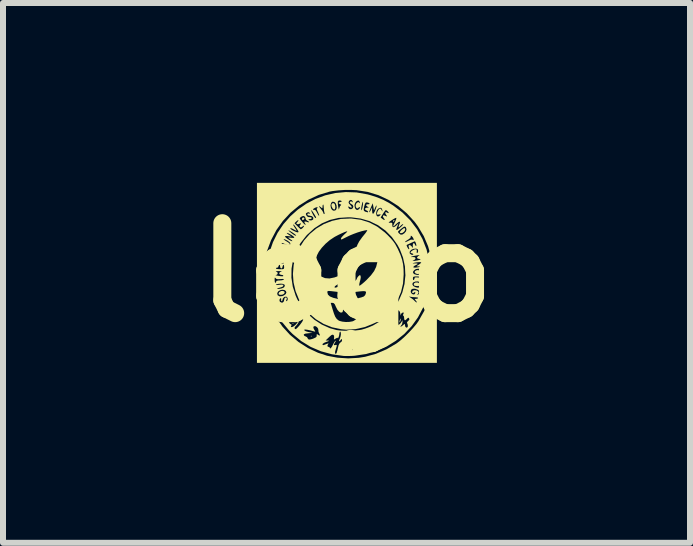
<source format=kicad_pcb>
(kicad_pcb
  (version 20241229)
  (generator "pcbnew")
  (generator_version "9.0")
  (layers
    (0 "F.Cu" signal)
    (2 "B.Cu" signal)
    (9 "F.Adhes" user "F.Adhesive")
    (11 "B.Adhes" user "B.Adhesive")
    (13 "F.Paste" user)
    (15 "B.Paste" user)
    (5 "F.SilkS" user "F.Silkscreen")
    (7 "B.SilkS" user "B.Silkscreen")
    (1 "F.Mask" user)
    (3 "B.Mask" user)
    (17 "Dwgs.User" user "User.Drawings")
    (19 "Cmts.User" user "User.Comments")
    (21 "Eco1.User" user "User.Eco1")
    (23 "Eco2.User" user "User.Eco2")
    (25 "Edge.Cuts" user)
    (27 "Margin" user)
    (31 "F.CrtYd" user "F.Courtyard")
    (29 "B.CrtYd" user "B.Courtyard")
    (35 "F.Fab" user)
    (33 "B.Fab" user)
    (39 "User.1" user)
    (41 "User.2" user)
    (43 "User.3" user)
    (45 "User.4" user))
  (footprint "logo"
    (layer "F.Cu")
    (at 2.729 1.494)
    (property "Reference" "logo" (at 0 0 0) (layer "F.SilkS") (effects (font (size 1.5 1.5) (thickness 0.3))))
    (attr board_only exclude_from_pos_files exclude_from_bom)
    (fp_poly (pts (xy 0.28 1.194) (xy 0.273 1.201) (xy 0.267 1.194) (xy 0.273 1.187)) (stroke (width 0) (type solid)) (fill yes) (layer "F.SilkS"))
    (fp_poly (pts (xy -0.885 0.845) (xy -0.887 0.853) (xy -0.894 0.854) (xy -0.905 0.849) (xy -0.903 0.845) (xy -0.887 0.843)) (stroke (width 0) (type solid)) (fill yes) (layer "F.SilkS"))
    (fp_poly (pts (xy -0.832 0.792) (xy -0.833 0.799) (xy -0.84 0.8) (xy -0.851 0.796) (xy -0.849 0.792) (xy -0.834 0.79)) (stroke (width 0) (type solid)) (fill yes) (layer "F.SilkS"))
    (fp_poly (pts (xy -0.578 1.058) (xy -0.58 1.066) (xy -0.587 1.067) (xy -0.598 1.062) (xy -0.596 1.058) (xy -0.58 1.057)) (stroke (width 0) (type solid)) (fill yes) (layer "F.SilkS"))
    (fp_poly (pts (xy -1.123 -0.216) (xy -1.121 -0.207) (xy -1.131 -0.189) (xy -1.141 -0.187) (xy -1.158 -0.197) (xy -1.161 -0.207) (xy -1.15 -0.224) (xy -1.141 -0.227)) (stroke (width 0) (type solid)) (fill yes) (layer "F.SilkS"))
    (fp_poly (pts (xy -0.71 -0.915) (xy -0.706 -0.912) (xy -0.702 -0.894) (xy -0.712 -0.882) (xy -0.731 -0.873) (xy -0.741 -0.881) (xy -0.742 -0.901) (xy -0.729 -0.916)) (stroke (width 0) (type solid)) (fill yes) (layer "F.SilkS"))
    (fp_poly (pts (xy 0.799 -0.873) (xy 0.8 -0.869) (xy 0.791 -0.85) (xy 0.787 -0.847) (xy 0.775 -0.848) (xy 0.774 -0.852) (xy 0.783 -0.871) (xy 0.787 -0.874)) (stroke (width 0) (type solid)) (fill yes) (layer "F.SilkS"))
    (fp_poly (pts (xy 0.905 0.774) (xy 0.9 0.802) (xy 0.894 0.82) (xy 0.885 0.835) (xy 0.882 0.827) (xy 0.887 0.799) (xy 0.894 0.78) (xy 0.903 0.766)) (stroke (width 0) (type solid)) (fill yes) (layer "F.SilkS"))
    (fp_poly (pts (xy -0.208 -1.154) (xy -0.192 -1.13) (xy -0.187 -1.091) (xy -0.192 -1.058) (xy -0.207 -1.048) (xy -0.227 -1.063) (xy -0.233 -1.07) (xy -0.251 -1.108) (xy -0.25 -1.139) (xy -0.232 -1.156)) (stroke (width 0) (type solid)) (fill yes) (layer "F.SilkS"))
    (fp_poly (pts (xy -1.041 0.314) (xy -1.031 0.333) (xy -1.041 0.354) (xy -1.063 0.368) (xy -1.093 0.373) (xy -1.12 0.37) (xy -1.134 0.359) (xy -1.134 0.356) (xy -1.122 0.328) (xy -1.093 0.31) (xy -1.072 0.307)) (stroke (width 0) (type solid)) (fill yes) (layer "F.SilkS"))
    (fp_poly (pts (xy 0.979 -0.724) (xy 0.974 -0.701) (xy 0.96 -0.68) (xy 0.929 -0.658) (xy 0.902 -0.655) (xy 0.888 -0.665) (xy 0.893 -0.68) (xy 0.912 -0.704) (xy 0.939 -0.727) (xy 0.956 -0.738) (xy 0.972 -0.739)) (stroke (width 0) (type solid)) (fill yes) (layer "F.SilkS"))
    (fp_poly (pts (xy 1.222 -0.033) (xy 1.236 -0.019) (xy 1.234 0.005) (xy 1.212 0.022) (xy 1.187 0.026) (xy 1.158 0.019) (xy 1.149 0.014) (xy 1.135 -0.004) (xy 1.142 -0.024) (xy 1.167 -0.037) (xy 1.187 -0.04)) (stroke (width 0) (type solid)) (fill yes) (layer "F.SilkS"))
    (fp_poly (pts (xy 1.184 0.167) (xy 1.2 0.173) (xy 1.225 0.194) (xy 1.225 0.213) (xy 1.202 0.225) (xy 1.183 0.227) (xy 1.15 0.224) (xy 1.13 0.218) (xy 1.129 0.218) (xy 1.12 0.196) (xy 1.13 0.177) (xy 1.153 0.166)) (stroke (width 0) (type solid)) (fill yes) (layer "F.SilkS"))
    (fp_poly (pts (xy 1.507 0.007) (xy 1.507 1.507) (xy 0.007 1.507) (xy -1.494 1.507) (xy -1.494 0.08) (xy -1.372 0.08) (xy -1.368 0.182) (xy -1.362 0.239) (xy -1.322 0.421) (xy -1.258 0.594) (xy -1.172 0.756) (xy -1.066 0.906) (xy -0.941 1.042) (xy -0.8 1.16) (xy -0.644 1.26) (xy -0.475 1.339) (xy -0.323 1.389) (xy -0.152 1.421) (xy 0.027 1.433) (xy 0.204 1.423) (xy 0.31 1.406) (xy 0.489 1.357) (xy 0.665 1.282) (xy 0.833 1.184) (xy 0.834 1.183) (xy 0.896 1.136) (xy 0.966 1.074) (xy 1.039 1.002) (xy 1.108 0.928) (xy 1.167 0.858) (xy 1.198 0.814) (xy 1.294 0.645) (xy 1.365 0.47) (xy 1.412 0.289) (xy 1.435 0.106) (xy 1.434 -0.078) (xy 1.409 -0.26) (xy 1.36 -0.437) (xy 1.288 -0.607) (xy 1.191 -0.769) (xy 1.136 -0.844) (xy 1.005 -0.987) (xy 0.859 -1.11) (xy 0.7 -1.211) (xy 0.53 -1.29) (xy 0.351 -1.344) (xy 0.165 -1.373) (xy 0.07 -1.377) (xy -0.034 -1.376) (xy -0.137 -1.369) (xy -0.23 -1.358) (xy -0.28 -1.349) (xy -0.462 -1.294) (xy -0.632 -1.216) (xy -0.791 -1.116) (xy -0.934 -0.997) (xy -1.061 -0.86) (xy -1.17 -0.707) (xy -1.258 -0.54) (xy -1.325 -0.361) (xy -1.334 -0.327) (xy -1.351 -0.243) (xy -1.364 -0.141) (xy -1.371 -0.031) (xy -1.372 0.08) (xy -1.494 0.08) (xy -1.494 0.007) (xy -1.494 -1.494) (xy 0.007 -1.494) (xy 1.507 -1.494)) (stroke (width 0) (type solid)) (fill yes) (layer "F.SilkS"))
    (fp_poly (pts (xy 0.086 -0.899) (xy 0.238 -0.879) (xy 0.38 -0.834) (xy 0.513 -0.764) (xy 0.637 -0.669) (xy 0.682 -0.627) (xy 0.737 -0.57) (xy 0.777 -0.523) (xy 0.81 -0.477) (xy 0.839 -0.423) (xy 0.858 -0.386) (xy 0.899 -0.295) (xy 0.926 -0.215) (xy 0.943 -0.138) (xy 0.951 -0.054) (xy 0.953 0.033) (xy 0.942 0.186) (xy 0.909 0.326) (xy 0.853 0.456) (xy 0.772 0.578) (xy 0.681 0.681) (xy 0.621 0.739) (xy 0.569 0.782) (xy 0.518 0.816) (xy 0.459 0.848) (xy 0.454 0.85) (xy 0.302 0.911) (xy 0.149 0.945) (xy -0.005 0.954) (xy -0.091 0.946) (xy -0.242 0.914) (xy -0.382 0.858) (xy -0.509 0.781) (xy -0.621 0.686) (xy -0.717 0.575) (xy -0.794 0.449) (xy -0.842 0.33) (xy -0.32 0.33) (xy -0.31 0.369) (xy -0.277 0.4) (xy -0.22 0.423) (xy -0.182 0.432) (xy -0.134 0.444) (xy -0.096 0.456) (xy -0.076 0.466) (xy -0.076 0.466) (xy -0.065 0.49) (xy -0.058 0.53) (xy -0.055 0.577) (xy -0.057 0.621) (xy -0.064 0.654) (xy -0.07 0.664) (xy -0.095 0.67) (xy -0.124 0.654) (xy -0.153 0.62) (xy -0.178 0.571) (xy -0.179 0.568) (xy -0.197 0.529) (xy -0.215 0.511) (xy -0.233 0.507) (xy -0.264 0.507) (xy -0.232 0.616) (xy -0.209 0.688) (xy -0.188 0.739) (xy -0.164 0.774) (xy -0.137 0.797) (xy -0.116 0.808) (xy -0.069 0.82) (xy -0.011 0.826) (xy 0.049 0.824) (xy 0.1 0.815) (xy 0.117 0.808) (xy 0.154 0.785) (xy 0.182 0.753) (xy 0.205 0.708) (xy 0.226 0.647) (xy 0.241 0.598) (xy 0.254 0.556) (xy 0.261 0.531) (xy 0.261 0.53) (xy 0.261 0.513) (xy 0.24 0.507) (xy 0.234 0.507) (xy 0.209 0.511) (xy 0.2 0.52) (xy 0.195 0.54) (xy 0.181 0.573) (xy 0.171 0.595) (xy 0.144 0.641) (xy 0.114 0.667) (xy 0.087 0.67) (xy 0.07 0.657) (xy 0.058 0.625) (xy 0.054 0.579) (xy 0.059 0.531) (xy 0.071 0.494) (xy 0.08 0.478) (xy 0.094 0.466) (xy 0.117 0.454) (xy 0.155 0.441) (xy 0.21 0.425) (xy 0.249 0.415) (xy 0.289 0.4) (xy 0.311 0.377) (xy 0.318 0.359) (xy 0.325 0.336) (xy 0.323 0.321) (xy 0.308 0.313) (xy 0.278 0.311) (xy 0.229 0.315) (xy 0.159 0.323) (xy 0.02 0.34) (xy 0.013 0.48) (xy 0.005 0.62) (xy 0.002 0.494) (xy 0.000201 0.437) (xy -0.003 0.39) (xy -0.008 0.359) (xy -0.01 0.352) (xy -0.028 0.343) (xy -0.064 0.334) (xy -0.107 0.328) (xy -0.165 0.322) (xy -0.223 0.315) (xy -0.257 0.311) (xy -0.295 0.308) (xy -0.314 0.311) (xy -0.32 0.322) (xy -0.32 0.33) (xy -0.842 0.33) (xy -0.85 0.311) (xy -0.884 0.164) (xy -0.894 0.027) (xy -0.883 -0.111) (xy -0.52 -0.111) (xy -0.504 -0.037) (xy -0.47 0.023) (xy -0.421 0.068) (xy -0.359 0.094) (xy -0.285 0.1) (xy -0.202 0.083) (xy -0.193 0.08) (xy -0.116 0.053) (xy -0.062 0.036) (xy -0.026 0.028) (xy -0.008 0.029) (xy -0.005 0.03) (xy -0.005 0.048) (xy -0.021 0.077) (xy -0.049 0.112) (xy -0.086 0.149) (xy -0.125 0.183) (xy -0.163 0.208) (xy -0.189 0.226) (xy -0.201 0.243) (xy -0.194 0.253) (xy -0.188 0.253) (xy -0.17 0.249) (xy -0.136 0.239) (xy -0.118 0.233) (xy -0.069 0.212) (xy -0.02 0.186) (xy -0.011 0.18) (xy 0.02 0.163) (xy 0.039 0.159) (xy 0.043 0.161) (xy 0.055 0.164) (xy 0.079 0.151) (xy 0.083 0.148) (xy 0.109 0.131) (xy 0.122 0.134) (xy 0.123 0.137) (xy 0.132 0.146) (xy 0.151 0.135) (xy 0.151 0.135) (xy 0.169 0.113) (xy 0.173 0.1) (xy 0.183 0.08) (xy 0.2 0.06) (xy 0.22 0.044) (xy 0.229 0.047) (xy 0.235 0.06) (xy 0.237 0.086) (xy 0.23 0.125) (xy 0.223 0.148) (xy 0.214 0.187) (xy 0.211 0.213) (xy 0.214 0.221) (xy 0.228 0.215) (xy 0.256 0.194) (xy 0.295 0.161) (xy 0.333 0.126) (xy 0.407 0.048) (xy 0.46 -0.023) (xy 0.494 -0.094) (xy 0.513 -0.169) (xy 0.516 -0.203) (xy 0.517 -0.276) (xy 0.504 -0.33) (xy 0.478 -0.368) (xy 0.46 -0.381) (xy 0.441 -0.392) (xy 0.423 -0.396) (xy 0.397 -0.394) (xy 0.357 -0.383) (xy 0.327 -0.374) (xy 0.276 -0.361) (xy 0.232 -0.353) (xy 0.204 -0.353) (xy 0.201 -0.353) (xy 0.174 -0.373) (xy 0.167 -0.408) (xy 0.179 -0.457) (xy 0.211 -0.518) (xy 0.261 -0.588) (xy 0.285 -0.618) (xy 0.317 -0.657) (xy 0.338 -0.688) (xy 0.346 -0.705) (xy 0.344 -0.707) (xy 0.306 -0.701) (xy 0.251 -0.688) (xy 0.186 -0.668) (xy 0.12 -0.644) (xy 0.059 -0.619) (xy 0.027 -0.604) (xy -0.02 -0.581) (xy -0.058 -0.562) (xy -0.08 -0.551) (xy -0.083 -0.549) (xy -0.092 -0.556) (xy -0.093 -0.565) (xy -0.084 -0.584) (xy -0.059 -0.612) (xy -0.038 -0.633) (xy -0.008 -0.66) (xy 0.01 -0.679) (xy 0.012 -0.686) (xy -0.003 -0.684) (xy -0.036 -0.672) (xy -0.082 -0.652) (xy -0.135 -0.627) (xy -0.19 -0.598) (xy -0.207 -0.588) (xy -0.279 -0.54) (xy -0.349 -0.48) (xy -0.412 -0.413) (xy -0.462 -0.346) (xy -0.492 -0.288) (xy -0.517 -0.195) (xy -0.52 -0.111) (xy -0.883 -0.111) (xy -0.881 -0.129) (xy -0.845 -0.275) (xy -0.787 -0.41) (xy -0.709 -0.533) (xy -0.613 -0.642) (xy -0.502 -0.734) (xy -0.377 -0.808) (xy -0.24 -0.861) (xy -0.093 -0.893) (xy 0.062 -0.9)) (stroke (width 0) (type solid)) (fill yes) (layer "F.SilkS"))
    (fp_poly (pts (xy 0.167 -1.335) (xy 0.348 -1.303) (xy 0.403 -1.288) (xy 0.514 -1.252) (xy 0.611 -1.212) (xy 0.704 -1.163) (xy 0.778 -1.117) (xy 0.931 -1.001) (xy 1.065 -0.868) (xy 1.177 -0.72) (xy 1.267 -0.557) (xy 1.335 -0.382) (xy 1.378 -0.195) (xy 1.381 -0.177) (xy 1.394 -0.077) (xy 1.399 0.009) (xy 1.397 0.092) (xy 1.387 0.184) (xy 1.381 0.23) (xy 1.34 0.415) (xy 1.276 0.588) (xy 1.191 0.749) (xy 1.086 0.895) (xy 0.963 1.026) (xy 0.823 1.139) (xy 0.67 1.234) (xy 0.503 1.308) (xy 0.326 1.36) (xy 0.139 1.388) (xy 0.1 1.391) (xy 0.043 1.393) (xy -0.011 1.393) (xy -0.047 1.392) (xy -0.244 1.364) (xy -0.427 1.314) (xy -0.598 1.241) (xy -0.671 1.196) (xy -0.4 1.196) (xy -0.398 1.209) (xy -0.389 1.212) (xy -0.366 1.205) (xy -0.336 1.193) (xy -0.307 1.183) (xy -0.3 1.185) (xy -0.303 1.189) (xy -0.318 1.214) (xy -0.316 1.234) (xy -0.3 1.241) (xy -0.282 1.248) (xy -0.28 1.254) (xy -0.275 1.268) (xy -0.262 1.262) (xy -0.244 1.238) (xy -0.229 1.209) (xy -0.21 1.172) (xy -0.192 1.145) (xy -0.185 1.14) (xy -0.177 1.139) (xy -0.187 1.159) (xy -0.19 1.164) (xy -0.209 1.196) (xy -0.211 1.211) (xy -0.195 1.212) (xy -0.187 1.21) (xy -0.169 1.207) (xy -0.162 1.215) (xy -0.166 1.237) (xy -0.179 1.279) (xy -0.18 1.28) (xy -0.191 1.323) (xy -0.191 1.35) (xy -0.18 1.357) (xy -0.173 1.354) (xy -0.164 1.338) (xy -0.154 1.303) (xy -0.145 1.266) (xy -0.132 1.212) (xy -0.116 1.183) (xy 0.089 1.183) (xy 0.093 1.194) (xy 0.114 1.194) (xy 0.127 1.187) (xy 0.143 1.179) (xy 0.148 1.188) (xy 0.141 1.207) (xy 0.125 1.229) (xy 0.12 1.234) (xy 0.1 1.259) (xy 0.093 1.281) (xy 0.102 1.294) (xy 0.106 1.294) (xy 0.124 1.284) (xy 0.128 1.279) (xy 0.14 1.274) (xy 0.149 1.286) (xy 0.168 1.306) (xy 0.185 1.299) (xy 0.193 1.281) (xy 0.206 1.263) (xy 0.231 1.261) (xy 0.239 1.262) (xy 0.269 1.264) (xy 0.285 1.257) (xy 0.305 1.25) (xy 0.34 1.258) (xy 0.374 1.265) (xy 0.393 1.26) (xy 0.406 1.246) (xy 0.417 1.228) (xy 0.409 1.219) (xy 0.383 1.214) (xy 0.353 1.206) (xy 0.344 1.19) (xy 0.344 1.169) (xy 0.345 1.142) (xy 0.334 1.135) (xy 0.321 1.138) (xy 0.298 1.139) (xy 0.295 1.129) (xy 0.311 1.113) (xy 0.327 1.105) (xy 0.33 1.103) (xy 0.527 1.103) (xy 0.532 1.112) (xy 0.54 1.116) (xy 0.565 1.115) (xy 0.594 1.091) (xy 0.596 1.089) (xy 0.616 1.069) (xy 0.627 1.068) (xy 0.627 1.071) (xy 0.618 1.093) (xy 0.6 1.114) (xy 0.578 1.14) (xy 0.577 1.156) (xy 0.592 1.161) (xy 0.612 1.151) (xy 0.639 1.127) (xy 0.646 1.12) (xy 0.668 1.091) (xy 0.68 1.07) (xy 0.68 1.066) (xy 0.692 1.059) (xy 0.722 1.054) (xy 0.74 1.054) (xy 0.782 1.05) (xy 0.799 1.038) (xy 0.792 1.016) (xy 0.779 0.999) (xy 0.751 0.983) (xy 0.717 0.992) (xy 0.69 1.011) (xy 0.673 1.024) (xy 0.668 1.016) (xy 0.667 1.006) (xy 0.674 0.975) (xy 0.687 0.947) (xy 0.704 0.909) (xy 0.701 0.887) (xy 0.68 0.88) (xy 0.658 0.89) (xy 0.653 0.91) (xy 0.651 0.929) (xy 0.646 0.924) (xy 0.638 0.904) (xy 0.62 0.875) (xy 0.597 0.867) (xy 0.583 0.876) (xy 0.583 0.891) (xy 0.594 0.912) (xy 0.612 0.955) (xy 0.606 0.999) (xy 0.574 1.047) (xy 0.565 1.056) (xy 0.537 1.086) (xy 0.527 1.103) (xy 0.33 1.103) (xy 0.351 1.087) (xy 0.353 1.071) (xy 0.333 1.063) (xy 0.322 1.064) (xy 0.299 1.061) (xy 0.293 1.054) (xy 0.282 1.043) (xy 0.267 1.041) (xy 0.247 1.045) (xy 0.246 1.065) (xy 0.248 1.072) (xy 0.246 1.105) (xy 0.225 1.132) (xy 0.195 1.161) (xy 0.224 1.161) (xy 0.248 1.167) (xy 0.252 1.181) (xy 0.237 1.193) (xy 0.227 1.202) (xy 0.237 1.208) (xy 0.253 1.223) (xy 0.247 1.236) (xy 0.223 1.238) (xy 0.203 1.23) (xy 0.194 1.209) (xy 0.191 1.184) (xy 0.194 1.15) (xy 0.203 1.134) (xy 0.205 1.134) (xy 0.209 1.127) (xy 0.199 1.117) (xy 0.176 1.09) (xy 0.169 1.076) (xy 0.155 1.057) (xy 0.141 1.06) (xy 0.131 1.081) (xy 0.131 1.104) (xy 0.127 1.142) (xy 0.106 1.165) (xy 0.089 1.183) (xy -0.116 1.183) (xy -0.114 1.179) (xy -0.098 1.165) (xy -0.075 1.144) (xy -0.067 1.126) (xy -0.074 1.109) (xy -0.088 1.112) (xy -0.098 1.127) (xy -0.113 1.145) (xy -0.12 1.147) (xy -0.125 1.137) (xy -0.115 1.11) (xy -0.114 1.108) (xy -0.101 1.073) (xy -0.094 1.035) (xy -0.095 1.004) (xy -0.103 0.988) (xy -0.107 0.987) (xy -0.116 0.999) (xy -0.12 1.024) (xy -0.123 1.047) (xy -0.13 1.072) (xy -0.139 1.092) (xy -0.145 1.097) (xy -0.147 1.09) (xy -0.156 1.089) (xy -0.179 1.101) (xy -0.181 1.102) (xy -0.204 1.117) (xy -0.211 1.114) (xy -0.207 1.092) (xy -0.207 1.092) (xy -0.208 1.057) (xy -0.218 1.042) (xy -0.232 1.037) (xy -0.252 1.044) (xy -0.281 1.069) (xy -0.293 1.08) (xy -0.349 1.134) (xy -0.311 1.135) (xy -0.293 1.137) (xy -0.295 1.142) (xy -0.319 1.152) (xy -0.337 1.158) (xy -0.373 1.173) (xy -0.396 1.189) (xy -0.4 1.196) (xy -0.671 1.196) (xy -0.756 1.144) (xy -0.881 1.041) (xy -0.714 1.041) (xy -0.702 1.058) (xy -0.685 1.065) (xy -0.659 1.079) (xy -0.65 1.095) (xy -0.638 1.114) (xy -0.615 1.119) (xy -0.576 1.11) (xy -0.546 1.099) (xy -0.511 1.082) (xy -0.497 1.065) (xy -0.498 1.052) (xy -0.498 1.031) (xy -0.485 1.031) (xy -0.47 1.043) (xy -0.452 1.053) (xy -0.444 1.044) (xy -0.451 1.024) (xy -0.455 1.019) (xy -0.468 0.988) (xy -0.469 0.967) (xy -0.474 0.936) (xy -0.493 0.911) (xy -0.517 0.896) (xy -0.541 0.896) (xy -0.553 0.907) (xy -0.552 0.926) (xy -0.539 0.954) (xy -0.538 0.955) (xy -0.523 0.979) (xy -0.524 0.987) (xy -0.541 0.983) (xy -0.541 0.983) (xy -0.6 0.967) (xy -0.651 0.956) (xy -0.688 0.951) (xy -0.704 0.953) (xy -0.703 0.966) (xy -0.68 0.98) (xy -0.637 0.993) (xy -0.621 0.996) (xy -0.567 1.007) (xy -0.64 1.014) (xy -0.686 1.02) (xy -0.709 1.03) (xy -0.714 1.041) (xy -0.881 1.041) (xy -0.901 1.024) (xy -0.96 0.965) (xy -1.084 0.816) (xy -1.107 0.779) (xy -1.015 0.779) (xy -1.013 0.785) (xy -0.991 0.785) (xy -0.971 0.782) (xy -0.934 0.78) (xy -0.907 0.787) (xy -0.907 0.787) (xy -0.894 0.798) (xy -0.904 0.801) (xy -0.907 0.802) (xy -0.937 0.802) (xy -0.944 0.801) (xy -0.958 0.808) (xy -0.96 0.827) (xy -0.95 0.848) (xy -0.933 0.861) (xy -0.915 0.872) (xy -0.92 0.886) (xy -0.928 0.904) (xy -0.926 0.91) (xy -0.908 0.911) (xy -0.881 0.898) (xy -0.851 0.874) (xy -0.832 0.851) (xy -0.812 0.826) (xy -0.797 0.814) (xy -0.796 0.814) (xy -0.796 0.823) (xy -0.808 0.844) (xy -0.825 0.87) (xy -0.844 0.892) (xy -0.854 0.901) (xy -0.866 0.918) (xy -0.864 0.938) (xy -0.85 0.946) (xy -0.834 0.936) (xy -0.808 0.91) (xy -0.777 0.874) (xy -0.777 0.874) (xy -0.741 0.825) (xy -0.724 0.792) (xy -0.725 0.771) (xy -0.745 0.761) (xy -0.77 0.758) (xy -0.8 0.757) (xy -0.804 0.755) (xy -0.784 0.751) (xy -0.78 0.751) (xy -0.742 0.735) (xy -0.724 0.711) (xy -0.713 0.678) (xy -0.721 0.664) (xy -0.746 0.67) (xy -0.759 0.677) (xy -0.785 0.69) (xy -0.808 0.692) (xy -0.84 0.682) (xy -0.852 0.677) (xy -0.891 0.666) (xy -0.911 0.667) (xy -0.912 0.678) (xy -0.889 0.696) (xy -0.878 0.702) (xy -0.834 0.725) (xy -0.924 0.745) (xy -0.967 0.756) (xy -0.998 0.768) (xy -1.015 0.779) (xy -1.107 0.779) (xy -1.183 0.657) (xy -1.257 0.488) (xy -1.26 0.475) (xy -1.118 0.475) (xy -1.109 0.499) (xy -1.095 0.507) (xy -1.073 0.503) (xy -1.062 0.499) (xy -1.045 0.481) (xy -1.041 0.46) (xy -1.033 0.429) (xy -1.016 0.416) (xy -1 0.42) (xy -0.995 0.438) (xy -1.002 0.456) (xy -1.01 0.476) (xy -1.002 0.478) (xy -0.998 0.477) (xy -0.983 0.461) (xy -0.981 0.434) (xy -0.991 0.411) (xy -1.005 0.403) (xy -1.038 0.408) (xy -1.061 0.432) (xy -1.067 0.455) (xy -1.074 0.476) (xy -1.082 0.48) (xy -1.091 0.47) (xy -1.09 0.454) (xy -1.091 0.431) (xy -1.102 0.429) (xy -1.116 0.447) (xy -1.118 0.475) (xy -1.26 0.475) (xy -1.296 0.346) (xy -1.156 0.346) (xy -1.15 0.376) (xy -1.147 0.381) (xy -1.116 0.398) (xy -1.071 0.394) (xy -1.049 0.385) (xy -1.015 0.361) (xy -1.003 0.335) (xy -1.011 0.31) (xy -1.035 0.293) (xy -1.072 0.288) (xy -1.108 0.296) (xy -1.141 0.317) (xy -1.156 0.346) (xy -1.296 0.346) (xy -1.306 0.309) (xy -1.319 0.208) (xy -1.178 0.208) (xy -1.16 0.21) (xy -1.124 0.206) (xy -1.083 0.202) (xy -1.061 0.205) (xy -1.054 0.214) (xy -1.054 0.219) (xy -1.066 0.237) (xy -1.091 0.247) (xy -1.131 0.258) (xy -1.154 0.267) (xy -1.157 0.274) (xy -1.138 0.275) (xy -1.121 0.273) (xy -1.08 0.265) (xy -1.049 0.252) (xy -1.042 0.247) (xy -1.028 0.222) (xy -1.037 0.201) (xy -1.068 0.189) (xy -1.097 0.187) (xy -1.137 0.19) (xy -1.168 0.198) (xy -1.174 0.201) (xy -1.178 0.208) (xy -1.319 0.208) (xy -1.33 0.123) (xy -1.2 0.123) (xy -1.197 0.156) (xy -1.19 0.173) (xy -1.187 0.173) (xy -1.175 0.163) (xy -1.174 0.153) (xy -1.166 0.14) (xy -1.139 0.134) (xy -1.115 0.133) (xy -1.077 0.13) (xy -1.051 0.122) (xy -1.046 0.118) (xy -1.048 0.109) (xy -1.071 0.108) (xy -1.101 0.11) (xy -1.145 0.113) (xy -1.17 0.107) (xy -1.183 0.095) (xy -1.192 0.087) (xy -0.919 0.087) (xy -0.896 0.238) (xy -0.848 0.387) (xy -0.821 0.448) (xy -0.745 0.574) (xy -0.649 0.689) (xy -0.537 0.788) (xy -0.412 0.869) (xy -0.279 0.929) (xy -0.167 0.96) (xy -0.106 0.968) (xy -0.029 0.972) (xy 0.056 0.971) (xy 0.14 0.968) (xy 0.213 0.96) (xy 0.253 0.953) (xy 0.308 0.937) (xy 0.374 0.913) (xy 0.437 0.886) (xy 0.447 0.881) (xy 0.581 0.802) (xy 0.651 0.743) (xy 0.786 0.743) (xy 0.795 0.773) (xy 0.814 0.793) (xy 0.835 0.795) (xy 0.851 0.796) (xy 0.851 0.816) (xy 0.84 0.842) (xy 0.832 0.868) (xy 0.834 0.881) (xy 0.849 0.885) (xy 0.873 0.872) (xy 0.899 0.848) (xy 0.916 0.824) (xy 0.933 0.794) (xy 0.933 0.829) (xy 0.926 0.862) (xy 0.913 0.881) (xy 0.9 0.897) (xy 0.9 0.905) (xy 0.913 0.901) (xy 0.937 0.884) (xy 0.941 0.88) (xy 0.963 0.861) (xy 0.972 0.859) (xy 0.974 0.874) (xy 0.974 0.876) (xy 0.981 0.906) (xy 0.996 0.92) (xy 1.013 0.916) (xy 1.022 0.902) (xy 1.022 0.875) (xy 1.015 0.856) (xy 1.008 0.832) (xy 1.022 0.814) (xy 1.028 0.809) (xy 1.048 0.788) (xy 1.044 0.768) (xy 1.034 0.754) (xy 1.02 0.76) (xy 1.008 0.773) (xy 0.982 0.796) (xy 0.967 0.795) (xy 0.961 0.77) (xy 0.961 0.76) (xy 0.957 0.732) (xy 0.947 0.72) (xy 0.947 0.72) (xy 0.94 0.712) (xy 0.947 0.694) (xy 0.955 0.673) (xy 0.944 0.667) (xy 0.941 0.667) (xy 0.92 0.678) (xy 0.907 0.697) (xy 0.898 0.717) (xy 0.896 0.713) (xy 0.898 0.694) (xy 0.89 0.657) (xy 0.875 0.637) (xy 0.847 0.617) (xy 0.832 0.619) (xy 0.829 0.645) (xy 0.83 0.65) (xy 0.828 0.677) (xy 0.819 0.684) (xy 0.803 0.693) (xy 0.79 0.713) (xy 0.786 0.743) (xy 0.651 0.743) (xy 0.697 0.705) (xy 0.794 0.593) (xy 0.872 0.468) (xy 0.901 0.401) (xy 1.047 0.401) (xy 1.048 0.406) (xy 1.069 0.421) (xy 1.074 0.424) (xy 1.11 0.45) (xy 1.139 0.478) (xy 1.139 0.478) (xy 1.16 0.497) (xy 1.172 0.5) (xy 1.169 0.487) (xy 1.154 0.467) (xy 1.138 0.448) (xy 1.141 0.441) (xy 1.158 0.44) (xy 1.184 0.435) (xy 1.194 0.427) (xy 1.188 0.418) (xy 1.16 0.414) (xy 1.151 0.413) (xy 1.108 0.411) (xy 1.07 0.406) (xy 1.067 0.405) (xy 1.047 0.401) (xy 0.901 0.401) (xy 0.93 0.334) (xy 0.935 0.316) (xy 1.07 0.316) (xy 1.073 0.332) (xy 1.09 0.357) (xy 1.114 0.367) (xy 1.136 0.362) (xy 1.147 0.341) (xy 1.147 0.337) (xy 1.144 0.323) (xy 1.131 0.331) (xy 1.109 0.346) (xy 1.096 0.338) (xy 1.094 0.326) (xy 1.105 0.304) (xy 1.135 0.295) (xy 1.167 0.299) (xy 1.192 0.314) (xy 1.201 0.337) (xy 1.191 0.358) (xy 1.177 0.365) (xy 1.17 0.369) (xy 1.187 0.369) (xy 1.187 0.369) (xy 1.217 0.358) (xy 1.227 0.336) (xy 1.217 0.31) (xy 1.189 0.288) (xy 1.142 0.271) (xy 1.104 0.272) (xy 1.078 0.287) (xy 1.07 0.316) (xy 0.935 0.316) (xy 0.964 0.203) (xy 1.099 0.203) (xy 1.115 0.226) (xy 1.145 0.243) (xy 1.18 0.253) (xy 1.215 0.251) (xy 1.238 0.237) (xy 1.253 0.207) (xy 1.245 0.176) (xy 1.227 0.16) (xy 1.188 0.149) (xy 1.146 0.152) (xy 1.112 0.166) (xy 1.102 0.178) (xy 1.099 0.203) (xy 0.964 0.203) (xy 0.967 0.193) (xy 0.976 0.101) (xy 1.107 0.101) (xy 1.111 0.124) (xy 1.121 0.127) (xy 1.133 0.108) (xy 1.134 0.097) (xy 1.138 0.085) (xy 1.156 0.081) (xy 1.192 0.083) (xy 1.201 0.084) (xy 1.241 0.087) (xy 1.264 0.083) (xy 1.267 0.079) (xy 1.255 0.073) (xy 1.224 0.068) (xy 1.187 0.067) (xy 1.143 0.067) (xy 1.119 0.071) (xy 1.109 0.081) (xy 1.107 0.099) (xy 1.107 0.101) (xy 0.976 0.101) (xy 0.982 0.047) (xy 0.979 0.006) (xy 1.109 0.006) (xy 1.128 0.027) (xy 1.167 0.039) (xy 1.188 0.04) (xy 1.225 0.035) (xy 1.251 0.023) (xy 1.253 0.021) (xy 1.266 -0.008) (xy 1.257 -0.034) (xy 1.233 -0.054) (xy 1.199 -0.063) (xy 1.162 -0.058) (xy 1.141 -0.048) (xy 1.113 -0.021) (xy 1.109 0.006) (xy 0.979 0.006) (xy 0.974 -0.101) (xy 0.963 -0.152) (xy 1.103 -0.152) (xy 1.107 -0.15) (xy 1.136 -0.151) (xy 1.137 -0.151) (xy 1.172 -0.151) (xy 1.187 -0.144) (xy 1.178 -0.134) (xy 1.162 -0.127) (xy 1.132 -0.11) (xy 1.12 -0.1) (xy 1.113 -0.087) (xy 1.125 -0.082) (xy 1.149 -0.081) (xy 1.192 -0.086) (xy 1.227 -0.094) (xy 1.244 -0.101) (xy 1.239 -0.104) (xy 1.21 -0.102) (xy 1.208 -0.102) (xy 1.177 -0.101) (xy 1.168 -0.104) (xy 1.179 -0.113) (xy 1.182 -0.115) (xy 1.224 -0.144) (xy 1.244 -0.161) (xy 1.245 -0.169) (xy 1.227 -0.172) (xy 1.207 -0.172) (xy 1.163 -0.168) (xy 1.125 -0.161) (xy 1.121 -0.159) (xy 1.103 -0.152) (xy 0.963 -0.152) (xy 0.942 -0.247) (xy 0.938 -0.258) (xy 1.076 -0.258) (xy 1.09 -0.256) (xy 1.103 -0.258) (xy 1.138 -0.254) (xy 1.152 -0.239) (xy 1.143 -0.218) (xy 1.121 -0.204) (xy 1.103 -0.194) (xy 1.105 -0.191) (xy 1.129 -0.193) (xy 1.147 -0.195) (xy 1.188 -0.202) (xy 1.22 -0.211) (xy 1.227 -0.215) (xy 1.235 -0.223) (xy 1.219 -0.226) (xy 1.211 -0.226) (xy 1.182 -0.234) (xy 1.175 -0.25) (xy 1.192 -0.271) (xy 1.204 -0.278) (xy 1.218 -0.287) (xy 1.213 -0.289) (xy 1.184 -0.287) (xy 1.174 -0.285) (xy 1.135 -0.278) (xy 1.102 -0.27) (xy 1.081 -0.263) (xy 1.076 -0.258) (xy 0.938 -0.258) (xy 0.912 -0.326) (xy 1.052 -0.326) (xy 1.054 -0.319) (xy 1.077 -0.298) (xy 1.095 -0.293) (xy 1.113 -0.299) (xy 1.114 -0.307) (xy 1.095 -0.319) (xy 1.086 -0.32) (xy 1.069 -0.327) (xy 1.067 -0.333) (xy 1.078 -0.351) (xy 1.104 -0.37) (xy 1.135 -0.384) (xy 1.152 -0.387) (xy 1.17 -0.381) (xy 1.172 -0.36) (xy 1.171 -0.353) (xy 1.17 -0.328) (xy 1.179 -0.324) (xy 1.191 -0.34) (xy 1.194 -0.361) (xy 1.189 -0.385) (xy 1.168 -0.396) (xy 1.153 -0.398) (xy 1.113 -0.393) (xy 1.079 -0.377) (xy 1.056 -0.353) (xy 1.052 -0.326) (xy 0.912 -0.326) (xy 0.887 -0.39) (xy 0.856 -0.447) (xy 1.003 -0.447) (xy 1.013 -0.423) (xy 1.027 -0.4) (xy 1.039 -0.387) (xy 1.041 -0.387) (xy 1.047 -0.395) (xy 1.04 -0.415) (xy 1.033 -0.443) (xy 1.043 -0.457) (xy 1.064 -0.454) (xy 1.084 -0.437) (xy 1.108 -0.407) (xy 1.104 -0.446) (xy 1.107 -0.476) (xy 1.118 -0.49) (xy 1.133 -0.484) (xy 1.14 -0.468) (xy 1.152 -0.446) (xy 1.161 -0.44) (xy 1.165 -0.451) (xy 1.16 -0.477) (xy 1.159 -0.48) (xy 1.148 -0.508) (xy 1.14 -0.52) (xy 1.14 -0.52) (xy 1.125 -0.515) (xy 1.089 -0.499) (xy 1.036 -0.474) (xy 1.003 -0.459) (xy 1.003 -0.447) (xy 0.856 -0.447) (xy 0.849 -0.46) (xy 0.816 -0.507) (xy 0.974 -0.507) (xy 0.984 -0.506) (xy 1.01 -0.517) (xy 1.03 -0.527) (xy 1.069 -0.546) (xy 1.094 -0.549) (xy 1.103 -0.545) (xy 1.117 -0.539) (xy 1.12 -0.552) (xy 1.112 -0.574) (xy 1.102 -0.59) (xy 1.083 -0.61) (xy 1.07 -0.612) (xy 1.071 -0.597) (xy 1.071 -0.595) (xy 1.065 -0.577) (xy 1.037 -0.554) (xy 1.026 -0.548) (xy 0.995 -0.528) (xy 0.976 -0.511) (xy 0.974 -0.507) (xy 0.816 -0.507) (xy 0.757 -0.59) (xy 0.673 -0.675) (xy 0.858 -0.675) (xy 0.87 -0.658) (xy 0.874 -0.654) (xy 0.9 -0.632) (xy 0.927 -0.631) (xy 0.96 -0.651) (xy 0.965 -0.655) (xy 0.992 -0.687) (xy 1 -0.722) (xy 0.989 -0.753) (xy 0.984 -0.758) (xy 0.974 -0.764) (xy 0.962 -0.764) (xy 0.944 -0.754) (xy 0.914 -0.731) (xy 0.888 -0.71) (xy 0.864 -0.689) (xy 0.858 -0.675) (xy 0.673 -0.675) (xy 0.648 -0.7) (xy 0.524 -0.789) (xy 0.432 -0.833) (xy 0.703 -0.833) (xy 0.706 -0.829) (xy 0.725 -0.83) (xy 0.727 -0.83) (xy 0.755 -0.83) (xy 0.764 -0.818) (xy 0.763 -0.798) (xy 0.766 -0.765) (xy 0.782 -0.754) (xy 0.809 -0.766) (xy 0.829 -0.782) (xy 0.868 -0.82) (xy 0.848 -0.771) (xy 0.832 -0.728) (xy 0.83 -0.709) (xy 0.844 -0.71) (xy 0.874 -0.732) (xy 0.887 -0.743) (xy 0.919 -0.771) (xy 0.941 -0.795) (xy 0.947 -0.805) (xy 0.939 -0.807) (xy 0.92 -0.795) (xy 0.896 -0.774) (xy 0.884 -0.76) (xy 0.871 -0.75) (xy 0.868 -0.76) (xy 0.874 -0.786) (xy 0.883 -0.807) (xy 0.893 -0.837) (xy 0.886 -0.848) (xy 0.865 -0.839) (xy 0.831 -0.811) (xy 0.827 -0.807) (xy 0.795 -0.777) (xy 0.779 -0.767) (xy 0.778 -0.776) (xy 0.791 -0.807) (xy 0.807 -0.84) (xy 0.824 -0.877) (xy 0.831 -0.903) (xy 0.83 -0.912) (xy 0.815 -0.908) (xy 0.785 -0.892) (xy 0.754 -0.872) (xy 0.718 -0.847) (xy 0.703 -0.833) (xy 0.432 -0.833) (xy 0.386 -0.856) (xy 0.237 -0.899) (xy 0.099 -0.917) (xy 0.569 -0.917) (xy 0.6 -0.892) (xy 0.627 -0.875) (xy 0.638 -0.876) (xy 0.631 -0.893) (xy 0.621 -0.906) (xy 0.606 -0.932) (xy 0.609 -0.95) (xy 0.628 -0.952) (xy 0.64 -0.947) (xy 0.668 -0.935) (xy 0.676 -0.939) (xy 0.662 -0.959) (xy 0.661 -0.96) (xy 0.647 -0.984) (xy 0.647 -1.002) (xy 0.66 -1.008) (xy 0.675 -0.999) (xy 0.695 -0.99) (xy 0.703 -0.992) (xy 0.7 -1.004) (xy 0.684 -1.022) (xy 0.664 -1.037) (xy 0.654 -1.04) (xy 0.643 -1.03) (xy 0.624 -1.004) (xy 0.608 -0.979) (xy 0.569 -0.917) (xy 0.099 -0.917) (xy 0.077 -0.919) (xy 0.027 -0.92) (xy -0.132 -0.91) (xy -0.277 -0.876) (xy -0.411 -0.819) (xy -0.536 -0.738) (xy -0.654 -0.631) (xy -0.672 -0.612) (xy -0.768 -0.49) (xy -0.841 -0.356) (xy -0.891 -0.213) (xy -0.917 -0.065) (xy -0.919 0.087) (xy -1.192 0.087) (xy -1.194 0.085) (xy -1.199 0.093) (xy -1.2 0.123) (xy -1.33 0.123) (xy -1.331 0.12) (xy -1.333 0.045) (xy -1.185 0.045) (xy -1.169 0.05) (xy -1.154 0.053) (xy -1.102 0.062) (xy -1.071 0.064) (xy -1.057 0.061) (xy -1.054 0.053) (xy -1.065 0.043) (xy -1.087 0.04) (xy -1.114 0.032) (xy -1.123 0.014) (xy -1.112 -0.005) (xy -1.085 -0.017) (xy -1.084 -0.017) (xy -1.076 -0.02) (xy -1.092 -0.022) (xy -1.127 -0.023) (xy -1.164 -0.022) (xy -1.182 -0.02) (xy -1.177 -0.017) (xy -1.152 -0.002) (xy -1.147 0.014) (xy -1.158 0.036) (xy -1.177 0.042) (xy -1.185 0.045) (xy -1.333 0.045) (xy -1.334 0.027) (xy -1.326 -0.092) (xy -1.199 -0.092) (xy -1.191 -0.068) (xy -1.184 -0.062) (xy -1.161 -0.058) (xy -1.123 -0.055) (xy -1.104 -0.054) (xy -1.066 -0.055) (xy -1.047 -0.06) (xy -1.041 -0.076) (xy -1.041 -0.094) (xy -1.044 -0.121) (xy -1.053 -0.127) (xy -1.054 -0.127) (xy -1.065 -0.108) (xy -1.067 -0.093) (xy -1.076 -0.071) (xy -1.087 -0.067) (xy -1.103 -0.078) (xy -1.107 -0.1) (xy -1.112 -0.125) (xy -1.121 -0.133) (xy -1.131 -0.122) (xy -1.134 -0.107) (xy -1.142 -0.085) (xy -1.154 -0.08) (xy -1.17 -0.092) (xy -1.174 -0.114) (xy -1.178 -0.137) (xy -1.187 -0.14) (xy -1.199 -0.121) (xy -1.199 -0.092) (xy -1.326 -0.092) (xy -1.321 -0.16) (xy -1.314 -0.194) (xy -1.185 -0.194) (xy -1.179 -0.177) (xy -1.153 -0.165) (xy -1.131 -0.16) (xy -1.08 -0.15) (xy -1.051 -0.15) (xy -1.047 -0.159) (xy -1.047 -0.16) (xy -1.067 -0.172) (xy -1.075 -0.173) (xy -1.093 -0.179) (xy -1.09 -0.191) (xy -1.068 -0.206) (xy -1.054 -0.211) (xy -1.023 -0.224) (xy -1.017 -0.232) (xy -1.038 -0.235) (xy -1.057 -0.236) (xy -1.098 -0.239) (xy -1.13 -0.246) (xy -1.154 -0.249) (xy -1.171 -0.232) (xy -1.176 -0.222) (xy -1.185 -0.194) (xy -1.314 -0.194) (xy -1.294 -0.295) (xy -1.161 -0.295) (xy -1.149 -0.286) (xy -1.12 -0.275) (xy -1.082 -0.265) (xy -1.043 -0.257) (xy -1.027 -0.255) (xy -1.014 -0.256) (xy -1.024 -0.265) (xy -1.027 -0.267) (xy -1.058 -0.278) (xy -1.071 -0.28) (xy -1.088 -0.286) (xy -1.087 -0.293) (xy -1.069 -0.303) (xy -1.041 -0.307) (xy -1.006 -0.311) (xy -0.996 -0.322) (xy -1.01 -0.335) (xy -1.043 -0.347) (xy -1.085 -0.358) (xy -1.12 -0.367) (xy -1.127 -0.369) (xy -1.145 -0.372) (xy -1.144 -0.366) (xy -1.127 -0.355) (xy -1.1 -0.343) (xy -1.09 -0.339) (xy -1.048 -0.325) (xy -1.104 -0.316) (xy -1.139 -0.308) (xy -1.159 -0.299) (xy -1.161 -0.295) (xy -1.294 -0.295) (xy -1.285 -0.338) (xy -1.233 -0.488) (xy -1.084 -0.488) (xy -1.067 -0.475) (xy -1.054 -0.467) (xy -1.014 -0.45) (xy -0.975 -0.441) (xy -0.971 -0.441) (xy -0.943 -0.445) (xy -0.934 -0.462) (xy -0.934 -0.471) (xy -0.943 -0.498) (xy -0.973 -0.523) (xy -0.988 -0.533) (xy -1.021 -0.549) (xy -1.044 -0.557) (xy -1.049 -0.556) (xy -1.043 -0.547) (xy -1.019 -0.529) (xy -1.001 -0.519) (xy -0.969 -0.499) (xy -0.95 -0.482) (xy -0.947 -0.477) (xy -0.958 -0.462) (xy -0.985 -0.459) (xy -1.02 -0.47) (xy -1.025 -0.473) (xy -1.06 -0.488) (xy -1.08 -0.493) (xy -1.084 -0.488) (xy -1.233 -0.488) (xy -1.227 -0.505) (xy -1.179 -0.602) (xy -1.027 -0.602) (xy -1.017 -0.587) (xy -0.991 -0.566) (xy -0.958 -0.544) (xy -0.927 -0.527) (xy -0.907 -0.521) (xy -0.904 -0.527) (xy -0.92 -0.542) (xy -0.93 -0.548) (xy -0.958 -0.568) (xy -0.973 -0.58) (xy -0.974 -0.582) (xy -0.962 -0.583) (xy -0.933 -0.581) (xy -0.92 -0.579) (xy -0.883 -0.576) (xy -0.87 -0.582) (xy -0.882 -0.599) (xy -0.918 -0.625) (xy -0.929 -0.631) (xy -0.967 -0.652) (xy -0.991 -0.661) (xy -0.998 -0.658) (xy -0.985 -0.645) (xy -0.959 -0.626) (xy -0.914 -0.598) (xy -0.971 -0.606) (xy -1.005 -0.608) (xy -1.025 -0.605) (xy -1.027 -0.602) (xy -1.179 -0.602) (xy -1.149 -0.662) (xy -1.121 -0.703) (xy -0.969 -0.703) (xy -0.963 -0.693) (xy -0.941 -0.674) (xy -0.912 -0.651) (xy -0.882 -0.63) (xy -0.859 -0.616) (xy -0.851 -0.614) (xy -0.84 -0.618) (xy -0.84 -0.618) (xy -0.85 -0.629) (xy -0.875 -0.648) (xy -0.907 -0.67) (xy -0.938 -0.689) (xy -0.961 -0.702) (xy -0.969 -0.703) (xy -1.121 -0.703) (xy -1.098 -0.738) (xy -0.938 -0.738) (xy -0.935 -0.728) (xy -0.913 -0.711) (xy -0.892 -0.699) (xy -0.843 -0.676) (xy -0.812 -0.668) (xy -0.8 -0.675) (xy -0.8 -0.676) (xy -0.807 -0.693) (xy -0.824 -0.722) (xy -0.846 -0.755) (xy -0.867 -0.784) (xy -0.882 -0.799) (xy -0.885 -0.8) (xy -0.89 -0.796) (xy -0.884 -0.781) (xy -0.865 -0.751) (xy -0.851 -0.73) (xy -0.834 -0.704) (xy -0.835 -0.696) (xy -0.854 -0.703) (xy -0.883 -0.72) (xy -0.913 -0.735) (xy -0.936 -0.739) (xy -0.938 -0.738) (xy -1.098 -0.738) (xy -1.052 -0.806) (xy -1.038 -0.822) (xy -0.868 -0.822) (xy -0.818 -0.771) (xy -0.789 -0.743) (xy -0.768 -0.724) (xy -0.762 -0.72) (xy -0.749 -0.728) (xy -0.731 -0.742) (xy -0.713 -0.764) (xy -0.707 -0.778) (xy -0.715 -0.78) (xy -0.734 -0.767) (xy -0.758 -0.751) (xy -0.775 -0.756) (xy -0.777 -0.758) (xy -0.785 -0.776) (xy -0.776 -0.79) (xy -0.762 -0.81) (xy -0.763 -0.821) (xy -0.776 -0.817) (xy -0.78 -0.814) (xy -0.807 -0.804) (xy -0.822 -0.806) (xy -0.837 -0.814) (xy -0.832 -0.827) (xy -0.822 -0.838) (xy -0.803 -0.864) (xy -0.803 -0.874) (xy -0.82 -0.866) (xy -0.834 -0.854) (xy -0.868 -0.822) (xy -1.038 -0.822) (xy -0.964 -0.906) (xy -0.78 -0.906) (xy -0.777 -0.893) (xy -0.762 -0.872) (xy -0.732 -0.836) (xy -0.715 -0.817) (xy -0.694 -0.798) (xy -0.682 -0.795) (xy -0.684 -0.807) (xy -0.694 -0.82) (xy -0.705 -0.842) (xy -0.694 -0.851) (xy -0.667 -0.846) (xy -0.66 -0.843) (xy -0.634 -0.835) (xy -0.627 -0.842) (xy -0.638 -0.856) (xy -0.654 -0.863) (xy -0.675 -0.879) (xy -0.68 -0.894) (xy -0.69 -0.922) (xy -0.7 -0.934) (xy -0.72 -0.943) (xy -0.744 -0.935) (xy -0.755 -0.928) (xy -0.772 -0.916) (xy -0.78 -0.906) (xy -0.964 -0.906) (xy -0.939 -0.935) (xy -0.899 -0.971) (xy -0.678 -0.971) (xy -0.666 -0.946) (xy -0.643 -0.925) (xy -0.616 -0.923) (xy -0.588 -0.921) (xy -0.58 -0.907) (xy -0.591 -0.892) (xy -0.611 -0.89) (xy -0.632 -0.888) (xy -0.634 -0.88) (xy -0.613 -0.868) (xy -0.584 -0.869) (xy -0.56 -0.881) (xy -0.555 -0.889) (xy -0.555 -0.918) (xy -0.577 -0.939) (xy -0.615 -0.947) (xy -0.615 -0.947) (xy -0.645 -0.953) (xy -0.654 -0.969) (xy -0.646 -0.984) (xy -0.626 -0.983) (xy -0.608 -0.981) (xy -0.611 -0.991) (xy -0.614 -0.995) (xy -0.635 -1.006) (xy -0.655 -1) (xy -0.676 -0.986) (xy -0.678 -0.971) (xy -0.899 -0.971) (xy -0.832 -1.031) (xy -0.589 -1.031) (xy -0.579 -1.006) (xy -0.563 -0.973) (xy -0.545 -0.941) (xy -0.528 -0.917) (xy -0.517 -0.907) (xy -0.507 -0.912) (xy -0.507 -0.912) (xy -0.513 -0.93) (xy -0.53 -0.959) (xy -0.551 -0.993) (xy -0.571 -1.022) (xy -0.585 -1.039) (xy -0.588 -1.041) (xy -0.589 -1.031) (xy -0.832 -1.031) (xy -0.811 -1.049) (xy -0.81 -1.05) (xy -0.56 -1.05) (xy -0.55 -1.043) (xy -0.54 -1.045) (xy -0.522 -1.042) (xy -0.502 -1.016) (xy -0.49 -0.993) (xy -0.473 -0.961) (xy -0.46 -0.945) (xy -0.456 -0.945) (xy -0.459 -0.964) (xy -0.472 -0.997) (xy -0.479 -1.012) (xy -0.495 -1.048) (xy -0.496 -1.067) (xy -0.49 -1.071) (xy -0.48 -1.082) (xy -0.482 -1.086) (xy -0.499 -1.088) (xy -0.525 -1.079) (xy -0.55 -1.064) (xy -0.56 -1.05) (xy -0.81 -1.05) (xy -0.73 -1.105) (xy -0.459 -1.105) (xy -0.451 -1.089) (xy -0.428 -1.06) (xy -0.403 -1.028) (xy -0.389 -1.001) (xy -0.387 -0.993) (xy -0.379 -0.976) (xy -0.372 -0.974) (xy -0.364 -0.983) (xy -0.368 -0.997) (xy -0.375 -1.025) (xy -0.379 -1.065) (xy -0.38 -1.077) (xy -0.382 -1.112) (xy -0.382 -1.113) (xy -0.267 -1.113) (xy -0.259 -1.071) (xy -0.239 -1.041) (xy -0.212 -1.029) (xy -0.184 -1.037) (xy -0.174 -1.047) (xy -0.163 -1.077) (xy -0.167 -1.117) (xy -0.181 -1.153) (xy -0.146 -1.153) (xy -0.14 -1.104) (xy -0.137 -1.087) (xy -0.131 -1.057) (xy -0.126 -1.051) (xy -0.123 -1.067) (xy -0.113 -1.095) (xy 0.028 -1.095) (xy 0.035 -1.075) (xy 0.053 -1.057) (xy 0.081 -1.056) (xy 0.105 -1.072) (xy 0.114 -1.1) (xy 0.107 -1.116) (xy 0.133 -1.116) (xy 0.141 -1.073) (xy 0.159 -1.048) (xy 0.185 -1.042) (xy 0.196 -1.049) (xy 0.244 -1.049) (xy 0.247 -1.036) (xy 0.251 -1.041) (xy 0.257 -1.055) (xy 0.286 -1.055) (xy 0.29 -1.03) (xy 0.309 -1.015) (xy 0.327 -1.01) (xy 0.35 -1.004) (xy 0.357 -1.002) (xy 0.357 -1.003) (xy 0.379 -1.003) (xy 0.389 -1.01) (xy 0.402 -1.034) (xy 0.406 -1.042) (xy 0.426 -1.087) (xy 0.426 -1.039) (xy 0.43 -0.996) (xy 0.439 -0.978) (xy 0.453 -0.986) (xy 0.453 -0.986) (xy 0.494 -0.986) (xy 0.501 -0.949) (xy 0.52 -0.933) (xy 0.546 -0.94) (xy 0.561 -0.955) (xy 0.57 -0.969) (xy 0.56 -0.97) (xy 0.543 -0.967) (xy 0.517 -0.963) (xy 0.507 -0.974) (xy 0.507 -0.983) (xy 0.514 -1.011) (xy 0.531 -1.042) (xy 0.551 -1.063) (xy 0.561 -1.067) (xy 0.576 -1.056) (xy 0.587 -1.037) (xy 0.597 -1.017) (xy 0.598 -1.021) (xy 0.597 -1.041) (xy 0.586 -1.07) (xy 0.566 -1.079) (xy 0.541 -1.073) (xy 0.517 -1.053) (xy 0.5 -1.022) (xy 0.494 -0.986) (xy 0.453 -0.986) (xy 0.472 -1.02) (xy 0.485 -1.052) (xy 0.498 -1.09) (xy 0.502 -1.113) (xy 0.497 -1.117) (xy 0.486 -1.099) (xy 0.477 -1.079) (xy 0.458 -1.034) (xy 0.448 -1.094) (xy 0.437 -1.154) (xy 0.405 -1.082) (xy 0.389 -1.043) (xy 0.38 -1.014) (xy 0.379 -1.003) (xy 0.357 -1.003) (xy 0.36 -1.011) (xy 0.36 -1.013) (xy 0.349 -1.027) (xy 0.334 -1.034) (xy 0.31 -1.049) (xy 0.309 -1.067) (xy 0.329 -1.08) (xy 0.344 -1.081) (xy 0.369 -1.083) (xy 0.369 -1.087) (xy 0.35 -1.097) (xy 0.328 -1.115) (xy 0.328 -1.131) (xy 0.35 -1.138) (xy 0.358 -1.137) (xy 0.382 -1.14) (xy 0.384 -1.151) (xy 0.365 -1.163) (xy 0.358 -1.165) (xy 0.333 -1.169) (xy 0.317 -1.162) (xy 0.305 -1.137) (xy 0.294 -1.099) (xy 0.286 -1.055) (xy 0.257 -1.055) (xy 0.261 -1.065) (xy 0.269 -1.105) (xy 0.273 -1.127) (xy 0.276 -1.166) (xy 0.274 -1.179) (xy 0.269 -1.174) (xy 0.26 -1.149) (xy 0.251 -1.11) (xy 0.247 -1.087) (xy 0.244 -1.049) (xy 0.196 -1.049) (xy 0.212 -1.059) (xy 0.214 -1.061) (xy 0.223 -1.082) (xy 0.22 -1.091) (xy 0.207 -1.09) (xy 0.204 -1.084) (xy 0.189 -1.068) (xy 0.168 -1.073) (xy 0.154 -1.093) (xy 0.152 -1.124) (xy 0.163 -1.151) (xy 0.182 -1.169) (xy 0.202 -1.173) (xy 0.218 -1.158) (xy 0.219 -1.157) (xy 0.223 -1.154) (xy 0.223 -1.167) (xy 0.212 -1.193) (xy 0.193 -1.2) (xy 0.17 -1.19) (xy 0.149 -1.168) (xy 0.135 -1.135) (xy 0.133 -1.116) (xy 0.107 -1.116) (xy 0.102 -1.127) (xy 0.079 -1.141) (xy 0.058 -1.156) (xy 0.053 -1.168) (xy 0.063 -1.184) (xy 0.082 -1.186) (xy 0.098 -1.172) (xy 0.099 -1.171) (xy 0.103 -1.168) (xy 0.103 -1.18) (xy 0.091 -1.205) (xy 0.068 -1.21) (xy 0.045 -1.196) (xy 0.04 -1.188) (xy 0.034 -1.166) (xy 0.043 -1.146) (xy 0.062 -1.127) (xy 0.083 -1.101) (xy 0.087 -1.084) (xy 0.074 -1.081) (xy 0.053 -1.091) (xy 0.032 -1.102) (xy 0.028 -1.095) (xy -0.113 -1.095) (xy -0.112 -1.099) (xy -0.099 -1.116) (xy -0.088 -1.128) (xy -0.1 -1.136) (xy -0.106 -1.138) (xy -0.129 -1.15) (xy -0.131 -1.165) (xy -0.112 -1.174) (xy -0.107 -1.174) (xy -0.085 -1.18) (xy -0.08 -1.187) (xy -0.091 -1.197) (xy -0.113 -1.201) (xy -0.134 -1.197) (xy -0.145 -1.183) (xy -0.146 -1.153) (xy -0.181 -1.153) (xy -0.181 -1.154) (xy -0.202 -1.175) (xy -0.233 -1.181) (xy -0.255 -1.163) (xy -0.266 -1.126) (xy -0.267 -1.113) (xy -0.382 -1.113) (xy -0.388 -1.132) (xy -0.39 -1.134) (xy -0.398 -1.122) (xy -0.4 -1.099) (xy -0.402 -1.074) (xy -0.411 -1.073) (xy -0.425 -1.085) (xy -0.45 -1.105) (xy -0.459 -1.105) (xy -0.73 -1.105) (xy -0.67 -1.147) (xy -0.518 -1.226) (xy -0.356 -1.286) (xy -0.187 -1.325) (xy -0.012 -1.341)) (stroke (width 0) (type solid)) (fill yes) (layer "F.SilkS")))
  (gr_rect
    (start -3 -3)
    (end 8.457 6.002)
    (stroke (width 0.1) (type default))
    (fill no)
    (layer "Edge.Cuts")))
</source>
